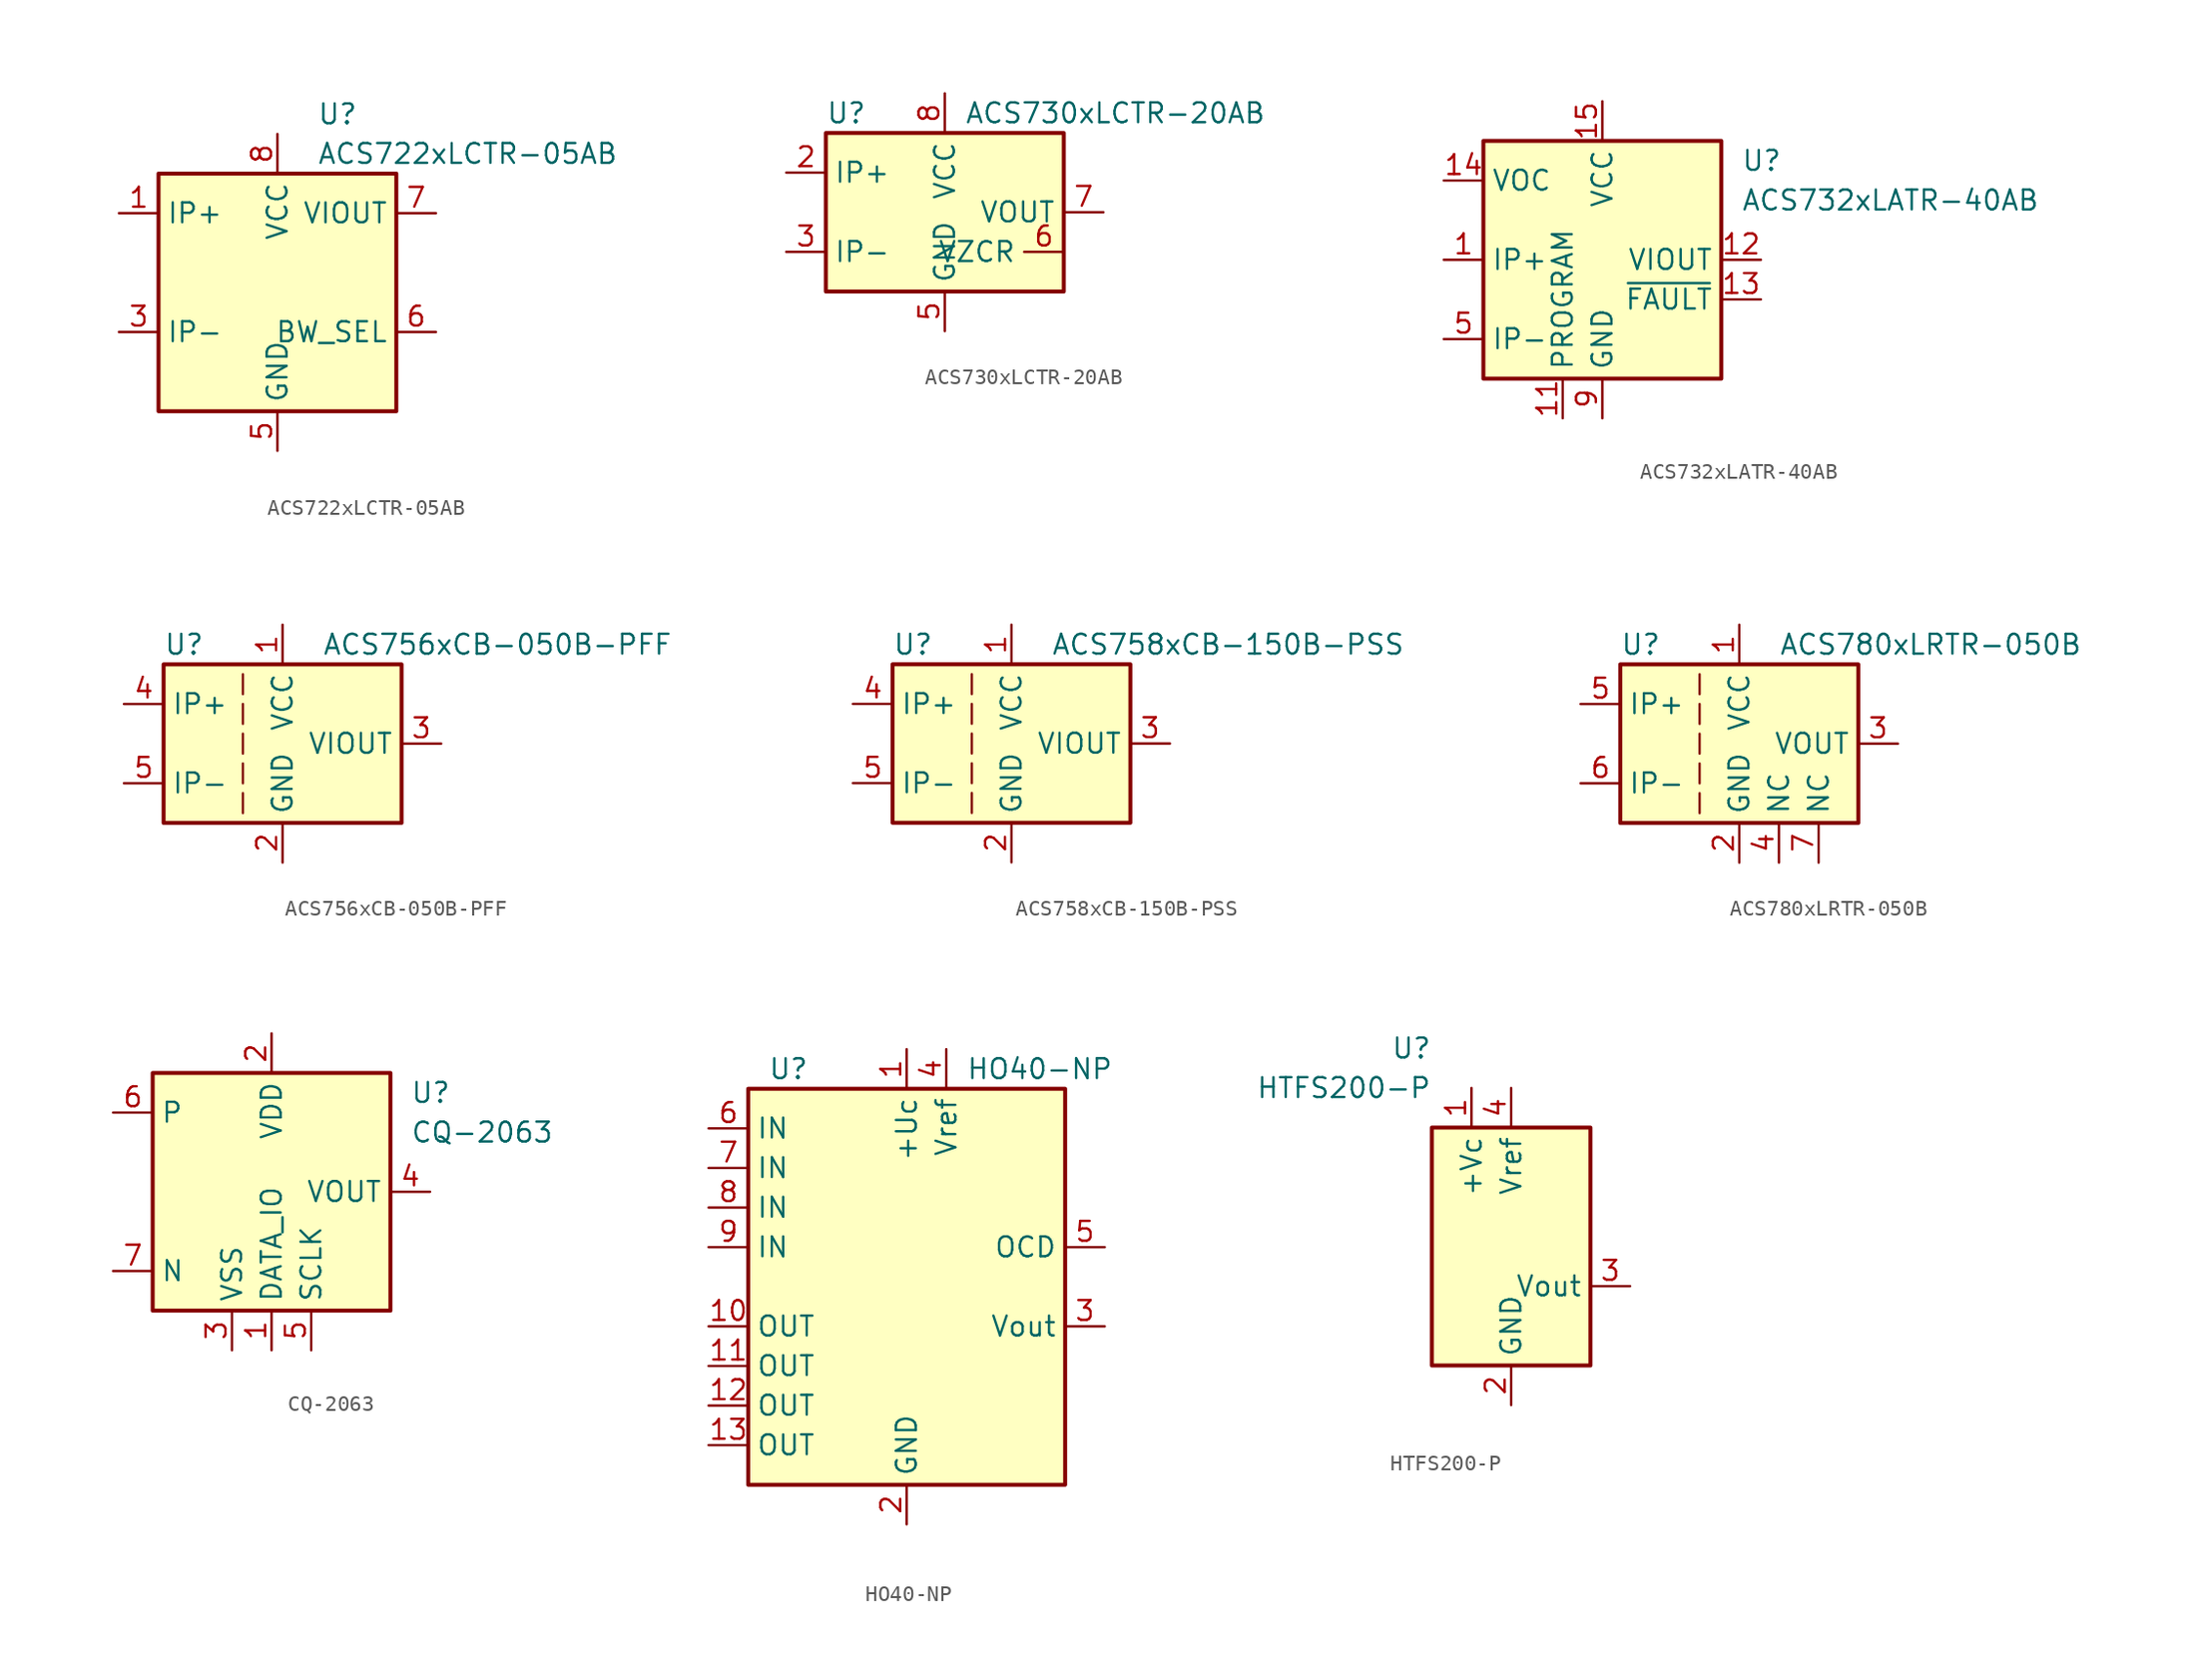
<source format=kicad_sym>
(kicad_symbol_lib
  (version 20201005)
  (generator kicad_symbol_editor)
  (symbol "ACS722xLCTR-05AB"
    (property "Reference" "U"
      (at 2.54 11.43 0)
      (effects (font (size 1.27 1.27)) (justify left)))
    (property "Value" "ACS722xLCTR-05AB"
      (at 2.54 8.89 0)
      (effects (font (size 1.27 1.27)) (justify left)))
    (symbol "ACS722xLCTR-05AB_0_1"
      (rectangle (start -7.62 7.62) (end 7.62 -7.62) (stroke (width 0.254)) (fill (type background))))
    (symbol "ACS722xLCTR-05AB_1_1"
      (pin passive line (at -10.16 5.08 0) (length 2.54) (name "IP+" (effects (font (size 1.27 1.27)))) (number "1" (effects (font (size 1.27 1.27)))))
      (pin passive line (at -10.16 5.08 0) (length 2.54) hide (name "IP+" (effects (font (size 1.27 1.27)))) (number "2" (effects (font (size 1.27 1.27)))))
      (pin passive line (at -10.16 -2.54 0) (length 2.54) (name "IP-" (effects (font (size 1.27 1.27)))) (number "3" (effects (font (size 1.27 1.27)))))
      (pin passive line (at -10.16 -2.54 0) (length 2.54) hide (name "IP-" (effects (font (size 1.27 1.27)))) (number "4" (effects (font (size 1.27 1.27)))))
      (pin power_in line (at 0 -10.16 90) (length 2.54) (name "GND" (effects (font (size 1.27 1.27)))) (number "5" (effects (font (size 1.27 1.27)))))
      (pin input line (at 10.16 -2.54 180) (length 2.54) (name "BW_SEL" (effects (font (size 1.27 1.27)))) (number "6" (effects (font (size 1.27 1.27)))))
      (pin output line (at 10.16 5.08 180) (length 2.54) (name "VIOUT" (effects (font (size 1.27 1.27)))) (number "7" (effects (font (size 1.27 1.27)))))
      (pin power_in line (at 0 10.16 270) (length 2.54) (name "VCC" (effects (font (size 1.27 1.27)))) (number "8" (effects (font (size 1.27 1.27)))))))
  (symbol "ACS730xLCTR-20AB"
    (property "Reference" "U"
      (at -7.62 6.35 0)
      (effects (font (size 1.27 1.27)) (justify left)))
    (property "Value" "ACS730xLCTR-20AB"
      (at 1.27 6.35 0)
      (effects (font (size 1.27 1.27)) (justify left)))
    (symbol "ACS730xLCTR-20AB_0_1"
      (rectangle (start -7.62 5.08) (end 7.62 -5.08) (stroke (width 0.254)) (fill (type background))))
    (symbol "ACS730xLCTR-20AB_1_1"
      (pin passive line (at -10.16 2.54 0) (length 2.54) hide (name "IP+" (effects (font (size 1.27 1.27)))) (number "1" (effects (font (size 1.27 1.27)))))
      (pin passive line (at -10.16 2.54 0) (length 2.54) (name "IP+" (effects (font (size 1.27 1.27)))) (number "2" (effects (font (size 1.27 1.27)))))
      (pin passive line (at -10.16 -2.54 0) (length 2.54) (name "IP-" (effects (font (size 1.27 1.27)))) (number "3" (effects (font (size 1.27 1.27)))))
      (pin passive line (at -10.16 -2.54 0) (length 2.54) hide (name "IP-" (effects (font (size 1.27 1.27)))) (number "4" (effects (font (size 1.27 1.27)))))
      (pin power_in line (at 0 -7.62 90) (length 2.54) (name "GND" (effects (font (size 1.27 1.27)))) (number "5" (effects (font (size 1.27 1.27)))))
      (pin passive line (at 7.62 -2.54 180) (length 2.54) (name "VZCR" (effects (font (size 1.27 1.27)))) (number "6" (effects (font (size 1.27 1.27)))))
      (pin output line (at 10.16 0 180) (length 2.54) (name "VOUT" (effects (font (size 1.27 1.27)))) (number "7" (effects (font (size 1.27 1.27)))))
      (pin power_in line (at 0 7.62 270) (length 2.54) (name "VCC" (effects (font (size 1.27 1.27)))) (number "8" (effects (font (size 1.27 1.27)))))))
  (symbol "ACS732xLATR-40AB"
    (property "Reference" "U"
      (at 8.89 6.35 0)
      (effects (font (size 1.27 1.27)) (justify left)))
    (property "Value" "ACS732xLATR-40AB"
      (at 8.89 3.81 0)
      (effects (font (size 1.27 1.27)) (justify left)))
    (symbol "ACS732xLATR-40AB_0_1"
      (rectangle (start -7.62 7.62) (end 7.62 -7.62) (stroke (width 0.254)) (fill (type background))))
    (symbol "ACS732xLATR-40AB_1_1"
      (pin passive line (at -10.16 0 0) (length 2.54) (name "IP+" (effects (font (size 1.27 1.27)))) (number "1" (effects (font (size 1.27 1.27)))))
      (pin passive line (at 0 -10.16 90) (length 2.54) hide (name "GND" (effects (font (size 1.27 1.27)))) (number "10" (effects (font (size 1.27 1.27)))))
      (pin passive line (at -2.54 -10.16 90) (length 2.54) (name "PROGRAM" (effects (font (size 1.27 1.27)))) (number "11" (effects (font (size 1.27 1.27)))))
      (pin output line (at 10.16 0 180) (length 2.54) (name "VIOUT" (effects (font (size 1.27 1.27)))) (number "12" (effects (font (size 1.27 1.27)))))
      (pin output line (at 10.16 -2.54 180) (length 2.54) (name "~FAULT" (effects (font (size 1.27 1.27)))) (number "13" (effects (font (size 1.27 1.27)))))
      (pin input line (at -10.16 5.08 0) (length 2.54) (name "VOC" (effects (font (size 1.27 1.27)))) (number "14" (effects (font (size 1.27 1.27)))))
      (pin power_in line (at 0 10.16 270) (length 2.54) (name "VCC" (effects (font (size 1.27 1.27)))) (number "15" (effects (font (size 1.27 1.27)))))
      (pin passive line (at 0 10.16 270) (length 2.54) hide (name "VCC" (effects (font (size 1.27 1.27)))) (number "16" (effects (font (size 1.27 1.27)))))
      (pin passive line (at -10.16 0 0) (length 2.54) hide (name "IP+" (effects (font (size 1.27 1.27)))) (number "2" (effects (font (size 1.27 1.27)))))
      (pin passive line (at -10.16 0 0) (length 2.54) hide (name "IP+" (effects (font (size 1.27 1.27)))) (number "3" (effects (font (size 1.27 1.27)))))
      (pin passive line (at -10.16 0 0) (length 2.54) hide (name "IP+" (effects (font (size 1.27 1.27)))) (number "4" (effects (font (size 1.27 1.27)))))
      (pin passive line (at -10.16 -5.08 0) (length 2.54) (name "IP-" (effects (font (size 1.27 1.27)))) (number "5" (effects (font (size 1.27 1.27)))))
      (pin passive line (at -10.16 -5.08 0) (length 2.54) hide (name "IP-" (effects (font (size 1.27 1.27)))) (number "6" (effects (font (size 1.27 1.27)))))
      (pin passive line (at -10.16 -5.08 0) (length 2.54) hide (name "IP-" (effects (font (size 1.27 1.27)))) (number "7" (effects (font (size 1.27 1.27)))))
      (pin passive line (at -10.16 -5.08 0) (length 2.54) hide (name "IP-" (effects (font (size 1.27 1.27)))) (number "8" (effects (font (size 1.27 1.27)))))
      (pin power_in line (at 0 -10.16 90) (length 2.54) (name "GND" (effects (font (size 1.27 1.27)))) (number "9" (effects (font (size 1.27 1.27)))))))
  (symbol "ACS756xCB-050B-PFF"
    (property "Reference" "U"
      (at -7.62 6.35 0)
      (effects (font (size 1.27 1.27)) (justify left)))
    (property "Value" "ACS756xCB-050B-PFF"
      (at 2.54 6.35 0)
      (effects (font (size 1.27 1.27)) (justify left)))
    (symbol "ACS756xCB-050B-PFF_0_1"
      (rectangle (start -7.62 5.08) (end 7.62 -5.08) (stroke (width 0.254)) (fill (type background)))
      (polyline (pts (xy -2.54 -3.175) (xy -2.54 -4.445)) (stroke (width 0)) (fill (type none)))
      (polyline (pts (xy -2.54 -1.27) (xy -2.54 -2.54)) (stroke (width 0)) (fill (type none)))
      (polyline (pts (xy -2.54 0.635) (xy -2.54 -0.635)) (stroke (width 0)) (fill (type none)))
      (polyline (pts (xy -2.54 1.27) (xy -2.54 2.54)) (stroke (width 0)) (fill (type none)))
      (polyline (pts (xy -2.54 3.175) (xy -2.54 4.445)) (stroke (width 0)) (fill (type none))))
    (symbol "ACS756xCB-050B-PFF_1_1"
      (pin power_in line (at 0 7.62 270) (length 2.54) (name "VCC" (effects (font (size 1.27 1.27)))) (number "1" (effects (font (size 1.27 1.27)))))
      (pin power_in line (at 0 -7.62 90) (length 2.54) (name "GND" (effects (font (size 1.27 1.27)))) (number "2" (effects (font (size 1.27 1.27)))))
      (pin output line (at 10.16 0 180) (length 2.54) (name "VIOUT" (effects (font (size 1.27 1.27)))) (number "3" (effects (font (size 1.27 1.27)))))
      (pin passive line (at -10.16 2.54 0) (length 2.54) (name "IP+" (effects (font (size 1.27 1.27)))) (number "4" (effects (font (size 1.27 1.27)))))
      (pin passive line (at -10.16 -2.54 0) (length 2.54) (name "IP-" (effects (font (size 1.27 1.27)))) (number "5" (effects (font (size 1.27 1.27)))))))
  (symbol "ACS758xCB-150B-PSS"
    (property "Reference" "U"
      (at -7.62 6.35 0)
      (effects (font (size 1.27 1.27)) (justify left)))
    (property "Value" "ACS758xCB-150B-PSS"
      (at 2.54 6.35 0)
      (effects (font (size 1.27 1.27)) (justify left)))
    (symbol "ACS758xCB-150B-PSS_0_1"
      (rectangle (start -7.62 5.08) (end 7.62 -5.08) (stroke (width 0.254)) (fill (type background)))
      (polyline (pts (xy -2.54 -3.175) (xy -2.54 -4.445)) (stroke (width 0)) (fill (type none)))
      (polyline (pts (xy -2.54 -1.27) (xy -2.54 -2.54)) (stroke (width 0)) (fill (type none)))
      (polyline (pts (xy -2.54 0.635) (xy -2.54 -0.635)) (stroke (width 0)) (fill (type none)))
      (polyline (pts (xy -2.54 1.27) (xy -2.54 2.54)) (stroke (width 0)) (fill (type none)))
      (polyline (pts (xy -2.54 3.175) (xy -2.54 4.445)) (stroke (width 0)) (fill (type none))))
    (symbol "ACS758xCB-150B-PSS_1_1"
      (pin power_in line (at 0 7.62 270) (length 2.54) (name "VCC" (effects (font (size 1.27 1.27)))) (number "1" (effects (font (size 1.27 1.27)))))
      (pin power_in line (at 0 -7.62 90) (length 2.54) (name "GND" (effects (font (size 1.27 1.27)))) (number "2" (effects (font (size 1.27 1.27)))))
      (pin output line (at 10.16 0 180) (length 2.54) (name "VIOUT" (effects (font (size 1.27 1.27)))) (number "3" (effects (font (size 1.27 1.27)))))
      (pin passive line (at -10.16 2.54 0) (length 2.54) (name "IP+" (effects (font (size 1.27 1.27)))) (number "4" (effects (font (size 1.27 1.27)))))
      (pin passive line (at -10.16 -2.54 0) (length 2.54) (name "IP-" (effects (font (size 1.27 1.27)))) (number "5" (effects (font (size 1.27 1.27)))))))
  (symbol "ACS780xLRTR-050B"
    (property "Reference" "U"
      (at -7.62 6.35 0)
      (effects (font (size 1.27 1.27)) (justify left)))
    (property "Value" "ACS780xLRTR-050B"
      (at 2.54 6.35 0)
      (effects (font (size 1.27 1.27)) (justify left)))
    (symbol "ACS780xLRTR-050B_0_1"
      (rectangle (start -7.62 5.08) (end 7.62 -5.08) (stroke (width 0.254)) (fill (type background)))
      (polyline (pts (xy -2.54 -3.175) (xy -2.54 -4.445)) (stroke (width 0)) (fill (type none)))
      (polyline (pts (xy -2.54 -1.27) (xy -2.54 -2.54)) (stroke (width 0)) (fill (type none)))
      (polyline (pts (xy -2.54 0.635) (xy -2.54 -0.635)) (stroke (width 0)) (fill (type none)))
      (polyline (pts (xy -2.54 1.27) (xy -2.54 2.54)) (stroke (width 0)) (fill (type none)))
      (polyline (pts (xy -2.54 3.175) (xy -2.54 4.445)) (stroke (width 0)) (fill (type none))))
    (symbol "ACS780xLRTR-050B_1_1"
      (pin power_in line (at 0 7.62 270) (length 2.54) (name "VCC" (effects (font (size 1.27 1.27)))) (number "1" (effects (font (size 1.27 1.27)))))
      (pin power_in line (at 0 -7.62 90) (length 2.54) (name "GND" (effects (font (size 1.27 1.27)))) (number "2" (effects (font (size 1.27 1.27)))))
      (pin output line (at 10.16 0 180) (length 2.54) (name "VOUT" (effects (font (size 1.27 1.27)))) (number "3" (effects (font (size 1.27 1.27)))))
      (pin passive line (at 2.54 -7.62 90) (length 2.54) (name "NC" (effects (font (size 1.27 1.27)))) (number "4" (effects (font (size 1.27 1.27)))))
      (pin passive line (at -10.16 2.54 0) (length 2.54) (name "IP+" (effects (font (size 1.27 1.27)))) (number "5" (effects (font (size 1.27 1.27)))))
      (pin passive line (at -10.16 -2.54 0) (length 2.54) (name "IP-" (effects (font (size 1.27 1.27)))) (number "6" (effects (font (size 1.27 1.27)))))
      (pin passive line (at 5.08 -7.62 90) (length 2.54) (name "NC" (effects (font (size 1.27 1.27)))) (number "7" (effects (font (size 1.27 1.27)))))))
  (symbol "CQ-2063"
    (property "Reference" "U"
      (at 8.89 6.35 0)
      (effects (font (size 1.27 1.27)) (justify left)))
    (property "Value" "CQ-2063"
      (at 8.89 3.81 0)
      (effects (font (size 1.27 1.27)) (justify left)))
    (symbol "CQ-2063_0_1"
      (rectangle (start -7.62 7.62) (end 7.62 -7.62) (stroke (width 0.254)) (fill (type background))))
    (symbol "CQ-2063_1_1"
      (pin power_in line (at 0 -10.16 90) (length 2.54) (name "DATA_IO" (effects (font (size 1.27 1.27)))) (number "1" (effects (font (size 1.27 1.27)))))
      (pin power_in line (at 0 10.16 270) (length 2.54) (name "VDD" (effects (font (size 1.27 1.27)))) (number "2" (effects (font (size 1.27 1.27)))))
      (pin power_in line (at -2.54 -10.16 90) (length 2.54) (name "VSS" (effects (font (size 1.27 1.27)))) (number "3" (effects (font (size 1.27 1.27)))))
      (pin output line (at 10.16 0 180) (length 2.54) (name "VOUT" (effects (font (size 1.27 1.27)))) (number "4" (effects (font (size 1.27 1.27)))))
      (pin power_in line (at 2.54 -10.16 90) (length 2.54) (name "SCLK" (effects (font (size 1.27 1.27)))) (number "5" (effects (font (size 1.27 1.27)))))
      (pin passive line (at -10.16 5.08 0) (length 2.54) (name "P" (effects (font (size 1.27 1.27)))) (number "6" (effects (font (size 1.27 1.27)))))
      (pin passive line (at -10.16 -5.08 0) (length 2.54) (name "N" (effects (font (size 1.27 1.27)))) (number "7" (effects (font (size 1.27 1.27)))))))
  (symbol "HO40-NP"
    (property "Reference" "U"
      (at -8.89 13.97 0)
      (effects (font (size 1.27 1.27)) (justify left)))
    (property "Value" "HO40-NP"
      (at 3.81 13.97 0)
      (effects (font (size 1.27 1.27)) (justify left)))
    (symbol "HO40-NP_0_1"
      (rectangle (start -10.16 12.7) (end 10.16 -12.7) (stroke (width 0.254)) (fill (type background))))
    (symbol "HO40-NP_1_1"
      (pin power_in line (at 0 15.24 270) (length 2.54) (name "+Uc" (effects (font (size 1.27 1.27)))) (number "1" (effects (font (size 1.27 1.27)))))
      (pin passive line (at -12.7 -2.54 0) (length 2.54) (name "OUT" (effects (font (size 1.27 1.27)))) (number "10" (effects (font (size 1.27 1.27)))))
      (pin passive line (at -12.7 -5.08 0) (length 2.54) (name "OUT" (effects (font (size 1.27 1.27)))) (number "11" (effects (font (size 1.27 1.27)))))
      (pin passive line (at -12.7 -7.62 0) (length 2.54) (name "OUT" (effects (font (size 1.27 1.27)))) (number "12" (effects (font (size 1.27 1.27)))))
      (pin passive line (at -12.7 -10.16 0) (length 2.54) (name "OUT" (effects (font (size 1.27 1.27)))) (number "13" (effects (font (size 1.27 1.27)))))
      (pin power_in line (at 0 -15.24 90) (length 2.54) (name "GND" (effects (font (size 1.27 1.27)))) (number "2" (effects (font (size 1.27 1.27)))))
      (pin output line (at 12.7 -2.54 180) (length 2.54) (name "Vout" (effects (font (size 1.27 1.27)))) (number "3" (effects (font (size 1.27 1.27)))))
      (pin passive line (at 2.54 15.24 270) (length 2.54) (name "Vref" (effects (font (size 1.27 1.27)))) (number "4" (effects (font (size 1.27 1.27)))))
      (pin open_collector line (at 12.7 2.54 180) (length 2.54) (name "OCD" (effects (font (size 1.27 1.27)))) (number "5" (effects (font (size 1.27 1.27)))))
      (pin passive line (at -12.7 10.16 0) (length 2.54) (name "IN" (effects (font (size 1.27 1.27)))) (number "6" (effects (font (size 1.27 1.27)))))
      (pin passive line (at -12.7 7.62 0) (length 2.54) (name "IN" (effects (font (size 1.27 1.27)))) (number "7" (effects (font (size 1.27 1.27)))))
      (pin passive line (at -12.7 5.08 0) (length 2.54) (name "IN" (effects (font (size 1.27 1.27)))) (number "8" (effects (font (size 1.27 1.27)))))
      (pin passive line (at -12.7 2.54 0) (length 2.54) (name "IN" (effects (font (size 1.27 1.27)))) (number "9" (effects (font (size 1.27 1.27)))))))
  (symbol "HTFS200-P"
    (property "Reference" "U"
      (at 0 12.7 0)
      (effects (font (size 1.27 1.27)) (justify right)))
    (property "Value" "HTFS200-P"
      (at 0 10.16 0)
      (effects (font (size 1.27 1.27)) (justify right)))
    (symbol "HTFS200-P_0_1"
      (rectangle (start 0 7.62) (end 10.16 -7.62) (stroke (width 0.254)) (fill (type background))))
    (symbol "HTFS200-P_1_1"
      (pin power_in line (at 2.54 10.16 270) (length 2.54) (name "+Vc" (effects (font (size 1.27 1.27)))) (number "1" (effects (font (size 1.27 1.27)))))
      (pin power_in line (at 5.08 -10.16 90) (length 2.54) (name "GND" (effects (font (size 1.27 1.27)))) (number "2" (effects (font (size 1.27 1.27)))))
      (pin output line (at 12.7 -2.54 180) (length 2.54) (name "Vout" (effects (font (size 1.27 1.27)))) (number "3" (effects (font (size 1.27 1.27)))))
      (pin passive line (at 5.08 10.16 270) (length 2.54) (name "Vref" (effects (font (size 1.27 1.27)))) (number "4" (effects (font (size 1.27 1.27))))))))
</source>
